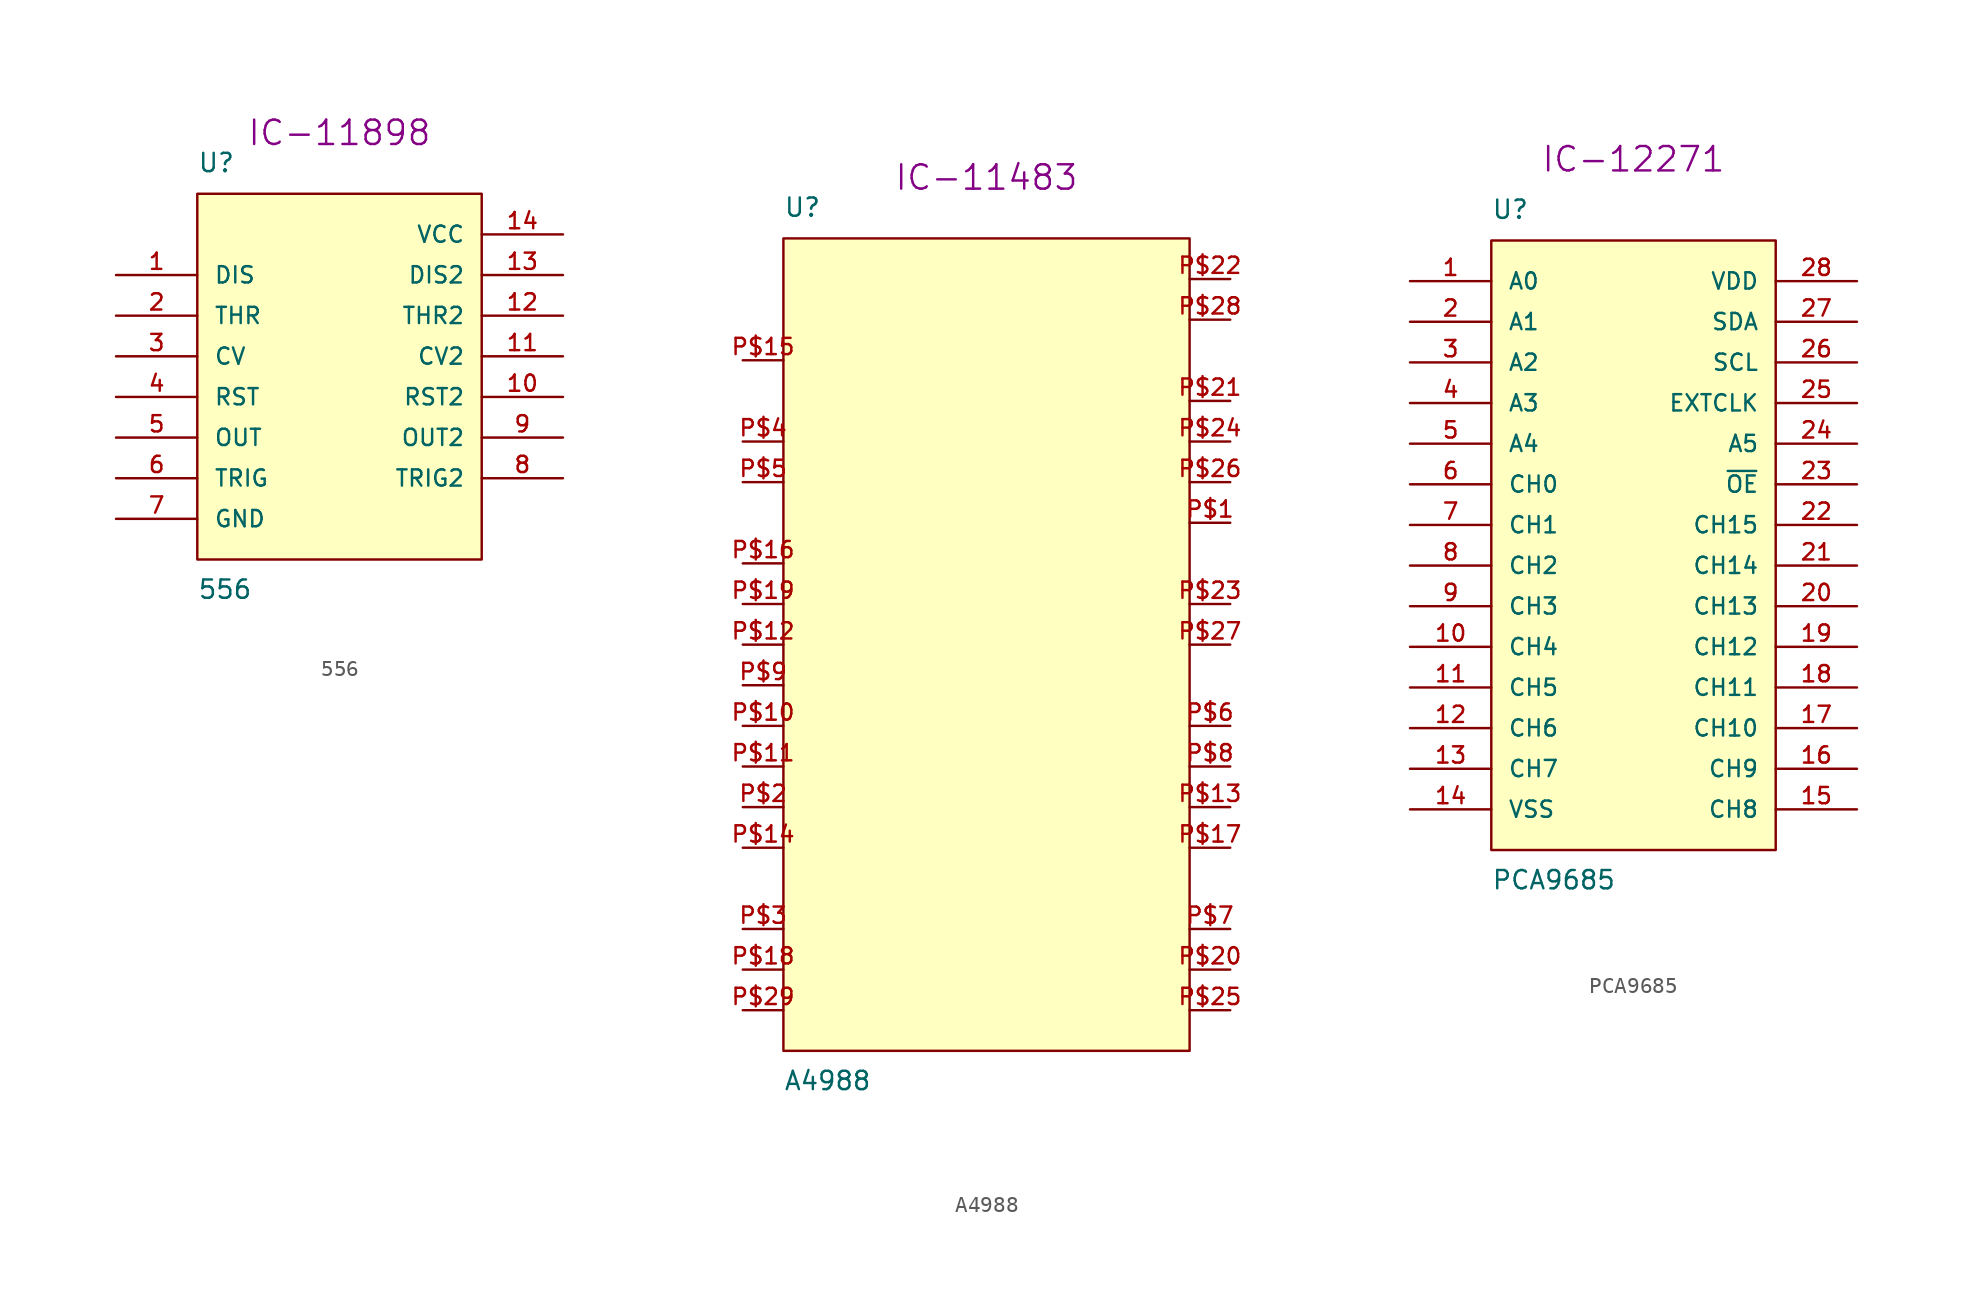
<source format=kicad_sym>
(kicad_symbol_lib
  (version 20201005)
  (generator kicad_symbol_editor)
  (symbol "556"
    (pin_names
      (offset 1.016))
    (property "Reference" "U"
      (at -8.89 11.43 0)
      (effects (font (size 1.143 1.143)) (justify left bottom)))
    (property "Value" "556"
      (at -8.89 -15.24 0)
      (effects (font (size 1.143 1.143)) (justify left bottom)))
    (property "Field4" "IC-11898"
      (at 0 13.97 0)
      (effects (font (size 1.524 1.524))))
    (property "ki_locked" ""
      (at 0 0 0)
      (effects (font (size 1.27 1.27))))
    (symbol "556_1_1"
      (polyline (pts (xy -8.89 -12.7) (xy 8.89 -12.7) (xy 8.89 10.16) (xy -8.89 10.16) (xy -8.89 -12.7)) (stroke (width 0)) (fill (type background)))
      (pin bidirectional line (at -13.97 5.08 0) (length 5.08) (name "DIS" (effects (font (size 1.016 1.016)))) (number "1" (effects (font (size 1.016 1.016)))))
      (pin bidirectional line (at -13.97 2.54 0) (length 5.08) (name "THR" (effects (font (size 1.016 1.016)))) (number "2" (effects (font (size 1.016 1.016)))))
      (pin bidirectional line (at -13.97 0 0) (length 5.08) (name "CV" (effects (font (size 1.016 1.016)))) (number "3" (effects (font (size 1.016 1.016)))))
      (pin bidirectional line (at -13.97 -2.54 0) (length 5.08) (name "RST" (effects (font (size 1.016 1.016)))) (number "4" (effects (font (size 1.016 1.016)))))
      (pin bidirectional line (at -13.97 -5.08 0) (length 5.08) (name "OUT" (effects (font (size 1.016 1.016)))) (number "5" (effects (font (size 1.016 1.016)))))
      (pin bidirectional line (at -13.97 -7.62 0) (length 5.08) (name "TRIG" (effects (font (size 1.016 1.016)))) (number "6" (effects (font (size 1.016 1.016)))))
      (pin bidirectional line (at -13.97 -10.16 0) (length 5.08) (name "GND" (effects (font (size 1.016 1.016)))) (number "7" (effects (font (size 1.016 1.016)))))
      (pin bidirectional line (at 13.97 -7.62 180) (length 5.08) (name "TRIG2" (effects (font (size 1.016 1.016)))) (number "8" (effects (font (size 1.016 1.016)))))
      (pin bidirectional line (at 13.97 -5.08 180) (length 5.08) (name "OUT2" (effects (font (size 1.016 1.016)))) (number "9" (effects (font (size 1.016 1.016)))))
      (pin bidirectional line (at 13.97 -2.54 180) (length 5.08) (name "RST2" (effects (font (size 1.016 1.016)))) (number "10" (effects (font (size 1.016 1.016)))))
      (pin bidirectional line (at 13.97 0 180) (length 5.08) (name "CV2" (effects (font (size 1.016 1.016)))) (number "11" (effects (font (size 1.016 1.016)))))
      (pin bidirectional line (at 13.97 2.54 180) (length 5.08) (name "THR2" (effects (font (size 1.016 1.016)))) (number "12" (effects (font (size 1.016 1.016)))))
      (pin bidirectional line (at 13.97 5.08 180) (length 5.08) (name "DIS2" (effects (font (size 1.016 1.016)))) (number "13" (effects (font (size 1.016 1.016)))))
      (pin bidirectional line (at 13.97 7.62 180) (length 5.08) (name "VCC" (effects (font (size 1.016 1.016)))) (number "14" (effects (font (size 1.016 1.016)))))))
  (symbol "A4988"
    (pin_names
      (offset 1.016) hide)
    (property "Reference" "U"
      (at -12.7 26.67 0)
      (effects (font (size 1.143 1.143)) (justify left bottom)))
    (property "Value" "A4988"
      (at -12.7 -27.94 0)
      (effects (font (size 1.143 1.143)) (justify left bottom)))
    (property "Field4" "IC-11483"
      (at 0 29.21 0)
      (effects (font (size 1.524 1.524))))
    (property "ki_locked" ""
      (at 0 0 0)
      (effects (font (size 1.27 1.27))))
    (symbol "A4988_1_1"
      (polyline (pts (xy -12.7 25.4) (xy -12.7 -25.4) (xy 12.7 -25.4) (xy 12.7 25.4) (xy -12.7 25.4)) (stroke (width 0)) (fill (type background)))
      (pin bidirectional line (at 15.24 7.62 180) (length 2.54) (name "OUT2B" (effects (font (size 1.016 1.016)))) (number "P$1" (effects (font (size 1.016 1.016)))))
      (pin input line (at -15.24 -10.16 0) (length 2.54) (name "ENABLE" (effects (font (size 1.016 1.016)))) (number "P$2" (effects (font (size 1.016 1.016)))))
      (pin power_in line (at -15.24 -17.78 0) (length 2.54) (name "GND" (effects (font (size 1.016 1.016)))) (number "P$3" (effects (font (size 1.016 1.016)))))
      (pin bidirectional line (at -15.24 12.7 0) (length 2.54) (name "CP1" (effects (font (size 1.016 1.016)))) (number "P$4" (effects (font (size 1.016 1.016)))))
      (pin bidirectional line (at -15.24 10.16 0) (length 2.54) (name "CP2" (effects (font (size 1.016 1.016)))) (number "P$5" (effects (font (size 1.016 1.016)))))
      (pin bidirectional line (at 15.24 -5.08 180) (length 2.54) (name "VCP" (effects (font (size 1.016 1.016)))) (number "P$6" (effects (font (size 1.016 1.016)))))
      (pin unspecified line (at 15.24 -17.78 180) (length 2.54) (name "NC" (effects (font (size 1.016 1.016)))) (number "P$7" (effects (font (size 1.016 1.016)))))
      (pin bidirectional line (at 15.24 -7.62 180) (length 2.54) (name "VREG" (effects (font (size 1.016 1.016)))) (number "P$8" (effects (font (size 1.016 1.016)))))
      (pin input line (at -15.24 -2.54 0) (length 2.54) (name "MS1" (effects (font (size 1.016 1.016)))) (number "P$9" (effects (font (size 1.016 1.016)))))
      (pin input line (at -15.24 -5.08 0) (length 2.54) (name "MS2" (effects (font (size 1.016 1.016)))) (number "P$10" (effects (font (size 1.016 1.016)))))
      (pin unspecified line (at 15.24 -20.32 180) (length 2.54) (name "NC" (effects (font (size 1.016 1.016)))) (number "P$20" (effects (font (size 1.016 1.016)))))
      (pin input line (at -15.24 -7.62 0) (length 2.54) (name "MS3" (effects (font (size 1.016 1.016)))) (number "P$11" (effects (font (size 1.016 1.016)))))
      (pin bidirectional line (at 15.24 15.24 180) (length 2.54) (name "OUT1B" (effects (font (size 1.016 1.016)))) (number "P$21" (effects (font (size 1.016 1.016)))))
      (pin input line (at -15.24 0 0) (length 2.54) (name "RESET" (effects (font (size 1.016 1.016)))) (number "P$12" (effects (font (size 1.016 1.016)))))
      (pin bidirectional line (at 15.24 22.86 180) (length 2.54) (name "VBB1" (effects (font (size 1.016 1.016)))) (number "P$22" (effects (font (size 1.016 1.016)))))
      (pin bidirectional line (at 15.24 -10.16 180) (length 2.54) (name "ROSC" (effects (font (size 1.016 1.016)))) (number "P$13" (effects (font (size 1.016 1.016)))))
      (pin bidirectional line (at 15.24 2.54 180) (length 2.54) (name "SENSE1" (effects (font (size 1.016 1.016)))) (number "P$23" (effects (font (size 1.016 1.016)))))
      (pin input line (at -15.24 -12.7 0) (length 2.54) (name "SLEEP" (effects (font (size 1.016 1.016)))) (number "P$14" (effects (font (size 1.016 1.016)))))
      (pin bidirectional line (at 15.24 12.7 180) (length 2.54) (name "OUT1A" (effects (font (size 1.016 1.016)))) (number "P$24" (effects (font (size 1.016 1.016)))))
      (pin power_in line (at -15.24 17.78 0) (length 2.54) (name "VDD" (effects (font (size 1.016 1.016)))) (number "P$15" (effects (font (size 1.016 1.016)))))
      (pin unspecified line (at 15.24 -22.86 180) (length 2.54) (name "NC" (effects (font (size 1.016 1.016)))) (number "P$25" (effects (font (size 1.016 1.016)))))
      (pin input line (at -15.24 5.08 0) (length 2.54) (name "STEP" (effects (font (size 1.016 1.016)))) (number "P$16" (effects (font (size 1.016 1.016)))))
      (pin bidirectional line (at 15.24 10.16 180) (length 2.54) (name "OUT2A" (effects (font (size 1.016 1.016)))) (number "P$26" (effects (font (size 1.016 1.016)))))
      (pin bidirectional line (at 15.24 -12.7 180) (length 2.54) (name "REF" (effects (font (size 1.016 1.016)))) (number "P$17" (effects (font (size 1.016 1.016)))))
      (pin bidirectional line (at 15.24 0 180) (length 2.54) (name "SENSE2" (effects (font (size 1.016 1.016)))) (number "P$27" (effects (font (size 1.016 1.016)))))
      (pin power_in line (at -15.24 -20.32 0) (length 2.54) (name "GND" (effects (font (size 1.016 1.016)))) (number "P$18" (effects (font (size 1.016 1.016)))))
      (pin bidirectional line (at 15.24 20.32 180) (length 2.54) (name "VBB2" (effects (font (size 1.016 1.016)))) (number "P$28" (effects (font (size 1.016 1.016)))))
      (pin input line (at -15.24 2.54 0) (length 2.54) (name "DIR" (effects (font (size 1.016 1.016)))) (number "P$19" (effects (font (size 1.016 1.016)))))
      (pin power_in line (at -15.24 -22.86 0) (length 2.54) (name "GND_PAD" (effects (font (size 1.016 1.016)))) (number "P$29" (effects (font (size 1.016 1.016)))))))
  (symbol "PCA9685"
    (pin_names
      (offset 1.016))
    (property "Reference" "U"
      (at -8.89 20.32 0)
      (effects (font (size 1.143 1.143)) (justify left bottom)))
    (property "Value" "PCA9685"
      (at -8.89 -21.59 0)
      (effects (font (size 1.143 1.143)) (justify left bottom)))
    (property "Field4" "IC-12271"
      (at 0 24.13 0)
      (effects (font (size 1.524 1.524))))
    (property "ki_locked" ""
      (at 0 0 0)
      (effects (font (size 1.27 1.27))))
    (symbol "PCA9685_1_1"
      (polyline (pts (xy -8.89 19.05) (xy -8.89 -19.05) (xy 8.89 -19.05) (xy 8.89 19.05) (xy -8.89 19.05)) (stroke (width 0)) (fill (type background)))
      (pin bidirectional line (at -13.97 16.51 0) (length 5.08) (name "A0" (effects (font (size 1.016 1.016)))) (number "1" (effects (font (size 1.016 1.016)))))
      (pin bidirectional line (at -13.97 13.97 0) (length 5.08) (name "A1" (effects (font (size 1.016 1.016)))) (number "2" (effects (font (size 1.016 1.016)))))
      (pin bidirectional line (at -13.97 11.43 0) (length 5.08) (name "A2" (effects (font (size 1.016 1.016)))) (number "3" (effects (font (size 1.016 1.016)))))
      (pin bidirectional line (at -13.97 8.89 0) (length 5.08) (name "A3" (effects (font (size 1.016 1.016)))) (number "4" (effects (font (size 1.016 1.016)))))
      (pin bidirectional line (at -13.97 6.35 0) (length 5.08) (name "A4" (effects (font (size 1.016 1.016)))) (number "5" (effects (font (size 1.016 1.016)))))
      (pin bidirectional line (at -13.97 3.81 0) (length 5.08) (name "CH0" (effects (font (size 1.016 1.016)))) (number "6" (effects (font (size 1.016 1.016)))))
      (pin bidirectional line (at -13.97 1.27 0) (length 5.08) (name "CH1" (effects (font (size 1.016 1.016)))) (number "7" (effects (font (size 1.016 1.016)))))
      (pin bidirectional line (at -13.97 -1.27 0) (length 5.08) (name "CH2" (effects (font (size 1.016 1.016)))) (number "8" (effects (font (size 1.016 1.016)))))
      (pin bidirectional line (at -13.97 -3.81 0) (length 5.08) (name "CH3" (effects (font (size 1.016 1.016)))) (number "9" (effects (font (size 1.016 1.016)))))
      (pin bidirectional line (at -13.97 -6.35 0) (length 5.08) (name "CH4" (effects (font (size 1.016 1.016)))) (number "10" (effects (font (size 1.016 1.016)))))
      (pin bidirectional line (at 13.97 -3.81 180) (length 5.08) (name "CH13" (effects (font (size 1.016 1.016)))) (number "20" (effects (font (size 1.016 1.016)))))
      (pin bidirectional line (at -13.97 -8.89 0) (length 5.08) (name "CH5" (effects (font (size 1.016 1.016)))) (number "11" (effects (font (size 1.016 1.016)))))
      (pin bidirectional line (at 13.97 -1.27 180) (length 5.08) (name "CH14" (effects (font (size 1.016 1.016)))) (number "21" (effects (font (size 1.016 1.016)))))
      (pin bidirectional line (at -13.97 -11.43 0) (length 5.08) (name "CH6" (effects (font (size 1.016 1.016)))) (number "12" (effects (font (size 1.016 1.016)))))
      (pin bidirectional line (at 13.97 1.27 180) (length 5.08) (name "CH15" (effects (font (size 1.016 1.016)))) (number "22" (effects (font (size 1.016 1.016)))))
      (pin bidirectional line (at -13.97 -13.97 0) (length 5.08) (name "CH7" (effects (font (size 1.016 1.016)))) (number "13" (effects (font (size 1.016 1.016)))))
      (pin bidirectional line (at 13.97 3.81 180) (length 5.08) (name "~OE" (effects (font (size 1.016 1.016)))) (number "23" (effects (font (size 1.016 1.016)))))
      (pin bidirectional line (at -13.97 -16.51 0) (length 5.08) (name "VSS" (effects (font (size 1.016 1.016)))) (number "14" (effects (font (size 1.016 1.016)))))
      (pin bidirectional line (at 13.97 6.35 180) (length 5.08) (name "A5" (effects (font (size 1.016 1.016)))) (number "24" (effects (font (size 1.016 1.016)))))
      (pin bidirectional line (at 13.97 -16.51 180) (length 5.08) (name "CH8" (effects (font (size 1.016 1.016)))) (number "15" (effects (font (size 1.016 1.016)))))
      (pin bidirectional line (at 13.97 8.89 180) (length 5.08) (name "EXTCLK" (effects (font (size 1.016 1.016)))) (number "25" (effects (font (size 1.016 1.016)))))
      (pin bidirectional line (at 13.97 -13.97 180) (length 5.08) (name "CH9" (effects (font (size 1.016 1.016)))) (number "16" (effects (font (size 1.016 1.016)))))
      (pin bidirectional line (at 13.97 11.43 180) (length 5.08) (name "SCL" (effects (font (size 1.016 1.016)))) (number "26" (effects (font (size 1.016 1.016)))))
      (pin bidirectional line (at 13.97 -11.43 180) (length 5.08) (name "CH10" (effects (font (size 1.016 1.016)))) (number "17" (effects (font (size 1.016 1.016)))))
      (pin bidirectional line (at 13.97 13.97 180) (length 5.08) (name "SDA" (effects (font (size 1.016 1.016)))) (number "27" (effects (font (size 1.016 1.016)))))
      (pin bidirectional line (at 13.97 -8.89 180) (length 5.08) (name "CH11" (effects (font (size 1.016 1.016)))) (number "18" (effects (font (size 1.016 1.016)))))
      (pin bidirectional line (at 13.97 16.51 180) (length 5.08) (name "VDD" (effects (font (size 1.016 1.016)))) (number "28" (effects (font (size 1.016 1.016)))))
      (pin bidirectional line (at 13.97 -6.35 180) (length 5.08) (name "CH12" (effects (font (size 1.016 1.016)))) (number "19" (effects (font (size 1.016 1.016))))))))
</source>
